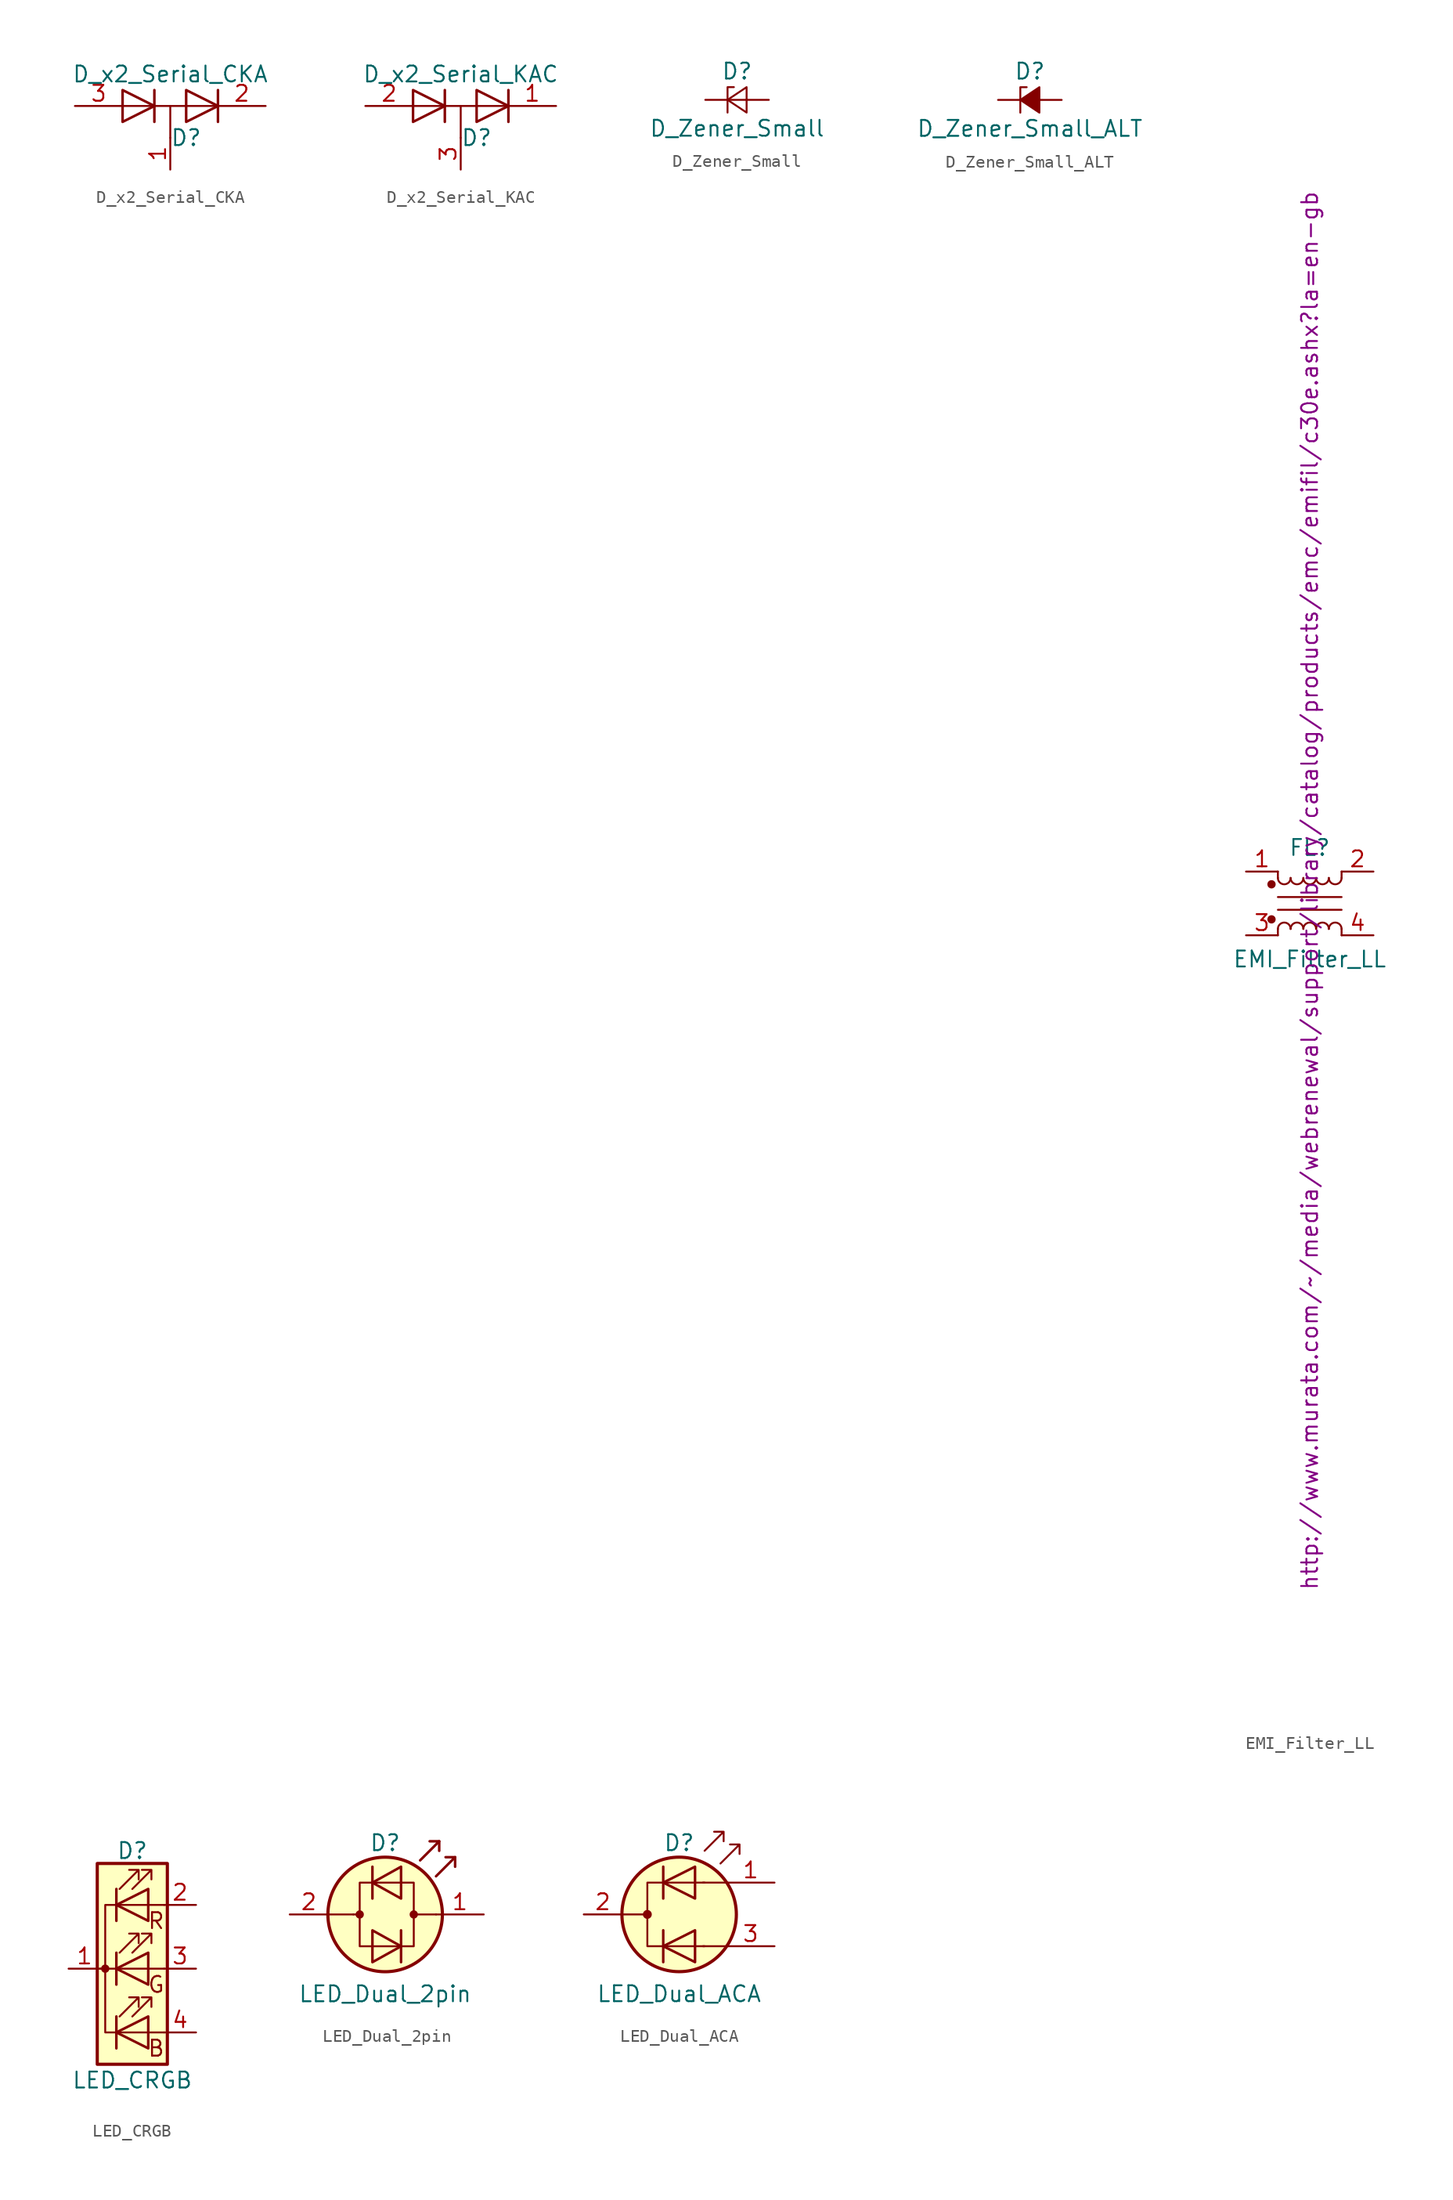
<source format=kicad_sym>
(kicad_symbol_lib
  (version 20211014)
  (generator kicad_symbol_editor)
  (symbol "D_x2_Serial_CKA"
    (pin_names
      (offset 0.762) hide)
    (property "Reference" "D"
      (at 1.27 -2.54 0)
      (effects (font (size 1.27 1.27))))
    (property "Value" "D_x2_Serial_CKA"
      (at 0 2.54 0)
      (effects (font (size 1.27 1.27))))
    (symbol "D_x2_Serial_CKA_0_1"
      (polyline (pts (xy -3.81 0) (xy 3.81 0)) (stroke (width 0) (type default) (color 0 0 0 0)) (fill (type none)))
      (polyline (pts (xy 0 0) (xy 0 -2.54)) (stroke (width 0) (type default) (color 0 0 0 0)) (fill (type none)))
      (polyline (pts (xy -1.27 -1.27) (xy -1.27 1.27) (xy -1.27 1.27)) (stroke (width 0.203) (type default) (color 0 0 0 0)) (fill (type none)))
      (polyline (pts (xy 3.81 1.27) (xy 3.81 -1.27) (xy 3.81 -1.27)) (stroke (width 0.203) (type default) (color 0 0 0 0)) (fill (type none)))
      (polyline (pts (xy -3.81 1.27) (xy -1.27 0) (xy -3.81 -1.27) (xy -3.81 1.27) (xy -3.81 1.27) (xy -3.81 1.27)) (stroke (width 0.203) (type default) (color 0 0 0 0)) (fill (type none)))
      (polyline (pts (xy 1.27 1.27) (xy 3.81 0) (xy 1.27 -1.27) (xy 1.27 1.27) (xy 1.27 1.27) (xy 1.27 1.27)) (stroke (width 0.203) (type default) (color 0 0 0 0)) (fill (type none)))
      (pin passive line (at 0 -5.08 90) (length 2.54) (name "common" (effects (font (size 1.27 1.27)))) (number "1" (effects (font (size 1.27 1.27)))))
      (pin passive line (at 7.62 0 180) (length 3.81) (name "K" (effects (font (size 1.27 1.27)))) (number "2" (effects (font (size 1.27 1.27)))))
      (pin passive line (at -7.62 0 0) (length 3.81) (name "A" (effects (font (size 1.27 1.27)))) (number "3" (effects (font (size 1.27 1.27)))))))
  (symbol "D_x2_Serial_KAC"
    (pin_names
      (offset 0.762) hide)
    (property "Reference" "D"
      (at 1.27 -2.54 0)
      (effects (font (size 1.27 1.27))))
    (property "Value" "D_x2_Serial_KAC"
      (at 0 2.54 0)
      (effects (font (size 1.27 1.27))))
    (symbol "D_x2_Serial_KAC_0_1"
      (polyline (pts (xy 0 0) (xy 0 -2.54)) (stroke (width 0) (type default) (color 0 0 0 0)) (fill (type none)))
      (polyline (pts (xy 3.81 0) (xy -3.81 0)) (stroke (width 0) (type default) (color 0 0 0 0)) (fill (type none)))
      (polyline (pts (xy -1.27 -1.27) (xy -1.27 1.27) (xy -1.27 1.27)) (stroke (width 0.203) (type default) (color 0 0 0 0)) (fill (type none)))
      (polyline (pts (xy 3.81 1.27) (xy 3.81 -1.27) (xy 3.81 -1.27)) (stroke (width 0.203) (type default) (color 0 0 0 0)) (fill (type none)))
      (polyline (pts (xy -3.81 1.27) (xy -1.27 0) (xy -3.81 -1.27) (xy -3.81 1.27) (xy -3.81 1.27) (xy -3.81 1.27)) (stroke (width 0.203) (type default) (color 0 0 0 0)) (fill (type none)))
      (polyline (pts (xy 1.27 1.27) (xy 3.81 0) (xy 1.27 -1.27) (xy 1.27 1.27) (xy 1.27 1.27) (xy 1.27 1.27)) (stroke (width 0.203) (type default) (color 0 0 0 0)) (fill (type none)))
      (pin passive line (at 7.62 0 180) (length 3.81) (name "K" (effects (font (size 1.27 1.27)))) (number "1" (effects (font (size 1.27 1.27)))))
      (pin passive line (at -7.62 0 0) (length 3.81) (name "A" (effects (font (size 1.27 1.27)))) (number "2" (effects (font (size 1.27 1.27)))))
      (pin passive line (at 0 -5.08 90) (length 2.54) (name "common" (effects (font (size 1.27 1.27)))) (number "3" (effects (font (size 1.27 1.27)))))))
  (symbol "D_Zener_Small"
    (pin_numbers hide)
    (pin_names
      (offset 0.254) hide)
    (property "Reference" "D"
      (at 0 2.286 0)
      (effects (font (size 1.27 1.27))))
    (property "Value" "D_Zener_Small"
      (at 0 -2.286 0)
      (effects (font (size 1.27 1.27))))
    (symbol "D_Zener_Small_0_1"
      (polyline (pts (xy 0.762 0) (xy -0.762 0)) (stroke (width 0) (type default) (color 0 0 0 0)) (fill (type none)))
      (polyline (pts (xy -0.254 1.016) (xy -0.762 1.016) (xy -0.762 -1.016)) (stroke (width 0) (type default) (color 0 0 0 0)) (fill (type none)))
      (polyline (pts (xy 0.762 1.016) (xy -0.762 0) (xy 0.762 -1.016) (xy 0.762 1.016)) (stroke (width 0) (type default) (color 0 0 0 0)) (fill (type none))))
    (symbol "D_Zener_Small_1_1"
      (pin passive line (at -2.54 0 0) (length 1.778) (name "K" (effects (font (size 1.27 1.27)))) (number "1" (effects (font (size 1.27 1.27)))))
      (pin passive line (at 2.54 0 180) (length 1.778) (name "A" (effects (font (size 1.27 1.27)))) (number "2" (effects (font (size 1.27 1.27)))))))
  (symbol "D_Zener_Small_ALT"
    (pin_numbers hide)
    (pin_names
      (offset 0.254) hide)
    (property "Reference" "D"
      (at 0 2.286 0)
      (effects (font (size 1.27 1.27))))
    (property "Value" "D_Zener_Small_ALT"
      (at 0 -2.286 0)
      (effects (font (size 1.27 1.27))))
    (symbol "D_Zener_Small_ALT_0_1"
      (polyline (pts (xy 0.762 0) (xy -0.762 0)) (stroke (width 0) (type default) (color 0 0 0 0)) (fill (type none)))
      (polyline (pts (xy -0.254 1.016) (xy -0.762 1.016) (xy -0.762 -1.016)) (stroke (width 0) (type default) (color 0 0 0 0)) (fill (type none)))
      (polyline (pts (xy 0.762 1.016) (xy -0.762 0) (xy 0.762 -1.016) (xy 0.762 1.016)) (stroke (width 0) (type default) (color 0 0 0 0)) (fill (type outline))))
    (symbol "D_Zener_Small_ALT_1_1"
      (pin passive line (at -2.54 0 0) (length 1.778) (name "K" (effects (font (size 1.27 1.27)))) (number "1" (effects (font (size 1.27 1.27)))))
      (pin passive line (at 2.54 0 180) (length 1.778) (name "A" (effects (font (size 1.27 1.27)))) (number "2" (effects (font (size 1.27 1.27)))))))
  (symbol "EMI_Filter_LL"
    (pin_names
      (offset 0.254) hide)
    (property "Reference" "FL"
      (at 0 4.445 0)
      (effects (font (size 1.27 1.27))))
    (property "Value" "EMI_Filter_LL"
      (at 0 -4.445 0)
      (effects (font (size 1.27 1.27))))
    (property "Footprint" ""
      (at 0 1.016 90)
      (effects (font (size 1.27 1.27))))
    (property "Datasheet" "http://www.murata.com/~/media/webrenewal/support/library/catalog/products/emc/emifil/c30e.ashx?la=en-gb"
      (at 0 1.016 90)
      (effects (font (size 1.27 1.27))))
    (symbol "EMI_Filter_LL_0_1"
      (circle (center -3.048 -1.27) (radius 0.254) (stroke (width 0) (type default) (color 0 0 0 0)) (fill (type outline)))
      (circle (center -3.048 1.524) (radius 0.254) (stroke (width 0) (type default) (color 0 0 0 0)) (fill (type outline)))
      (arc (start -2.54 2.032) (mid -2.032 1.524) (end -1.524 2.032) (stroke (width 0) (type default) (color 0 0 0 0)) (fill (type none)))
      (arc (start -1.524 -2.032) (mid -2.032 -1.524) (end -2.54 -2.032) (stroke (width 0) (type default) (color 0 0 0 0)) (fill (type none)))
      (arc (start -1.524 2.032) (mid -1.016 1.524) (end -0.508 2.032) (stroke (width 0) (type default) (color 0 0 0 0)) (fill (type none)))
      (arc (start -0.508 -2.032) (mid -1.016 -1.524) (end -1.524 -2.032) (stroke (width 0) (type default) (color 0 0 0 0)) (fill (type none)))
      (arc (start -0.508 2.032) (mid 0 1.524) (end 0.508 2.032) (stroke (width 0) (type default) (color 0 0 0 0)) (fill (type none)))
      (polyline (pts (xy -2.54 -2.032) (xy -2.54 -2.54)) (stroke (width 0) (type default) (color 0 0 0 0)) (fill (type none)))
      (polyline (pts (xy -2.54 0.508) (xy 2.54 0.508)) (stroke (width 0) (type default) (color 0 0 0 0)) (fill (type none)))
      (polyline (pts (xy -2.54 2.032) (xy -2.54 2.54)) (stroke (width 0) (type default) (color 0 0 0 0)) (fill (type none)))
      (polyline (pts (xy 2.54 -2.032) (xy 2.54 -2.54)) (stroke (width 0) (type default) (color 0 0 0 0)) (fill (type none)))
      (polyline (pts (xy 2.54 -0.508) (xy -2.54 -0.508)) (stroke (width 0) (type default) (color 0 0 0 0)) (fill (type none)))
      (polyline (pts (xy 2.54 2.54) (xy 2.54 2.032)) (stroke (width 0) (type default) (color 0 0 0 0)) (fill (type none)))
      (arc (start 0.508 -2.032) (mid 0 -1.524) (end -0.508 -2.032) (stroke (width 0) (type default) (color 0 0 0 0)) (fill (type none)))
      (arc (start 0.508 2.032) (mid 1.016 1.524) (end 1.524 2.032) (stroke (width 0) (type default) (color 0 0 0 0)) (fill (type none)))
      (arc (start 1.524 -2.032) (mid 1.016 -1.524) (end 0.508 -2.032) (stroke (width 0) (type default) (color 0 0 0 0)) (fill (type none)))
      (arc (start 1.524 2.032) (mid 2.032 1.524) (end 2.54 2.032) (stroke (width 0) (type default) (color 0 0 0 0)) (fill (type none)))
      (arc (start 2.54 -2.032) (mid 2.032 -1.524) (end 1.524 -2.032) (stroke (width 0) (type default) (color 0 0 0 0)) (fill (type none))))
    (symbol "EMI_Filter_LL_1_1"
      (pin passive line (at -5.08 2.54 0) (length 2.54) (name "1" (effects (font (size 1.27 1.27)))) (number "1" (effects (font (size 1.27 1.27)))))
      (pin passive line (at 5.08 2.54 180) (length 2.54) (name "2" (effects (font (size 1.27 1.27)))) (number "2" (effects (font (size 1.27 1.27)))))
      (pin passive line (at -5.08 -2.54 0) (length 2.54) (name "3" (effects (font (size 1.27 1.27)))) (number "3" (effects (font (size 1.27 1.27)))))
      (pin passive line (at 5.08 -2.54 180) (length 2.54) (name "4" (effects (font (size 1.27 1.27)))) (number "4" (effects (font (size 1.27 1.27)))))))
  (symbol "LED_CRGB"
    (pin_names
      (offset 0) hide)
    (property "Reference" "D"
      (at 0 9.398 0)
      (effects (font (size 1.27 1.27))))
    (property "Value" "LED_CRGB"
      (at 0 -8.89 0)
      (effects (font (size 1.27 1.27))))
    (symbol "LED_CRGB_0_0"
      (text "B" (at 1.905 -6.35 0) (effects (font (size 1.27 1.27))))
      (text "G" (at 1.905 -1.27 0) (effects (font (size 1.27 1.27))))
      (text "R" (at 1.905 3.81 0) (effects (font (size 1.27 1.27)))))
    (symbol "LED_CRGB_0_1"
      (circle (center -2.159 0) (radius 0.254) (stroke (width 0) (type default) (color 0 0 0 0)) (fill (type outline)))
      (polyline (pts (xy -1.27 -3.81) (xy -1.27 -6.35)) (stroke (width 0.203) (type default) (color 0 0 0 0)) (fill (type none)))
      (polyline (pts (xy -1.27 1.27) (xy -1.27 -1.27)) (stroke (width 0.203) (type default) (color 0 0 0 0)) (fill (type none)))
      (polyline (pts (xy -1.27 6.35) (xy -1.27 3.81)) (stroke (width 0.203) (type default) (color 0 0 0 0)) (fill (type none)))
      (polyline (pts (xy 1.27 -5.08) (xy 2.54 -5.08)) (stroke (width 0) (type default) (color 0 0 0 0)) (fill (type none)))
      (polyline (pts (xy 1.27 0) (xy -2.54 0)) (stroke (width 0) (type default) (color 0 0 0 0)) (fill (type none)))
      (polyline (pts (xy 1.27 0) (xy 2.54 0)) (stroke (width 0) (type default) (color 0 0 0 0)) (fill (type none)))
      (polyline (pts (xy 1.27 5.08) (xy 2.54 5.08)) (stroke (width 0) (type default) (color 0 0 0 0)) (fill (type none)))
      (polyline (pts (xy 1.27 -3.81) (xy 1.27 -6.35) (xy -1.27 -5.08) (xy 1.27 -3.81)) (stroke (width 0.203) (type default) (color 0 0 0 0)) (fill (type none)))
      (polyline (pts (xy 1.27 1.27) (xy 1.27 -1.27) (xy -1.27 0) (xy 1.27 1.27)) (stroke (width 0.203) (type default) (color 0 0 0 0)) (fill (type none)))
      (polyline (pts (xy 1.27 5.08) (xy -2.159 5.08) (xy -2.159 -5.08) (xy 1.27 -5.08)) (stroke (width 0) (type default) (color 0 0 0 0)) (fill (type none)))
      (polyline (pts (xy 1.27 6.35) (xy 1.27 3.81) (xy -1.27 5.08) (xy 1.27 6.35)) (stroke (width 0.203) (type default) (color 0 0 0 0)) (fill (type none)))
      (polyline (pts (xy -1.016 -3.81) (xy 0.508 -2.286) (xy -0.254 -2.286) (xy 0.508 -2.286) (xy 0.508 -3.048)) (stroke (width 0) (type default) (color 0 0 0 0)) (fill (type none)))
      (polyline (pts (xy -1.016 1.27) (xy 0.508 2.794) (xy -0.254 2.794) (xy 0.508 2.794) (xy 0.508 2.032)) (stroke (width 0) (type default) (color 0 0 0 0)) (fill (type none)))
      (polyline (pts (xy -1.016 6.35) (xy 0.508 7.874) (xy -0.254 7.874) (xy 0.508 7.874) (xy 0.508 7.112)) (stroke (width 0) (type default) (color 0 0 0 0)) (fill (type none)))
      (polyline (pts (xy 0 -3.81) (xy 1.524 -2.286) (xy 0.762 -2.286) (xy 1.524 -2.286) (xy 1.524 -3.048)) (stroke (width 0) (type default) (color 0 0 0 0)) (fill (type none)))
      (polyline (pts (xy 0 1.27) (xy 1.524 2.794) (xy 0.762 2.794) (xy 1.524 2.794) (xy 1.524 2.032)) (stroke (width 0) (type default) (color 0 0 0 0)) (fill (type none)))
      (polyline (pts (xy 0 6.35) (xy 1.524 7.874) (xy 0.762 7.874) (xy 1.524 7.874) (xy 1.524 7.112)) (stroke (width 0) (type default) (color 0 0 0 0)) (fill (type none)))
      (rectangle (start 2.794 8.382) (end -2.794 -7.62) (stroke (width 0.254) (type default) (color 0 0 0 0)) (fill (type background))))
    (symbol "LED_CRGB_1_1"
      (pin passive line (at -5.08 0 0) (length 2.54) (name "K" (effects (font (size 1.27 1.27)))) (number "1" (effects (font (size 1.27 1.27)))))
      (pin passive line (at 5.08 5.08 180) (length 2.54) (name "RA" (effects (font (size 1.27 1.27)))) (number "2" (effects (font (size 1.27 1.27)))))
      (pin passive line (at 5.08 0 180) (length 2.54) (name "GA" (effects (font (size 1.27 1.27)))) (number "3" (effects (font (size 1.27 1.27)))))
      (pin passive line (at 5.08 -5.08 180) (length 2.54) (name "BA" (effects (font (size 1.27 1.27)))) (number "4" (effects (font (size 1.27 1.27)))))))
  (symbol "LED_Dual_2pin"
    (pin_names
      (offset 0) hide)
    (property "Reference" "D"
      (at 0 5.715 0)
      (effects (font (size 1.27 1.27))))
    (property "Value" "LED_Dual_2pin"
      (at 0 -6.35 0)
      (effects (font (size 1.27 1.27))))
    (symbol "LED_Dual_2pin_0_1"
      (circle (center -2.032 0) (radius 0.254) (stroke (width 0) (type default) (color 0 0 0 0)) (fill (type outline)))
      (polyline (pts (xy -4.572 0) (xy -2.54 0)) (stroke (width 0) (type default) (color 0 0 0 0)) (fill (type none)))
      (polyline (pts (xy -2.032 0) (xy -2.54 0)) (stroke (width 0) (type default) (color 0 0 0 0)) (fill (type none)))
      (polyline (pts (xy -1.016 3.81) (xy -1.016 1.27)) (stroke (width 0.203) (type default) (color 0 0 0 0)) (fill (type none)))
      (polyline (pts (xy 1.27 -1.27) (xy 1.27 -3.81)) (stroke (width 0.203) (type default) (color 0 0 0 0)) (fill (type none)))
      (polyline (pts (xy 4.064 0) (xy 2.286 0)) (stroke (width 0) (type default) (color 0 0 0 0)) (fill (type outline)))
      (polyline (pts (xy 4.318 5.842) (xy 4.318 5.08)) (stroke (width 0.203) (type default) (color 0 0 0 0)) (fill (type none)))
      (polyline (pts (xy 5.588 4.572) (xy 5.588 3.81)) (stroke (width 0.203) (type default) (color 0 0 0 0)) (fill (type none)))
      (polyline (pts (xy 2.794 4.318) (xy 4.318 5.842) (xy 3.556 5.842)) (stroke (width 0.203) (type default) (color 0 0 0 0)) (fill (type none)))
      (polyline (pts (xy 4.064 3.048) (xy 5.588 4.572) (xy 4.826 4.572)) (stroke (width 0.203) (type default) (color 0 0 0 0)) (fill (type none)))
      (polyline (pts (xy -1.016 -1.27) (xy -1.016 -3.81) (xy 1.27 -2.54) (xy -1.016 -1.27)) (stroke (width 0.203) (type default) (color 0 0 0 0)) (fill (type none)))
      (polyline (pts (xy 1.27 3.81) (xy 1.27 1.27) (xy -1.016 2.54) (xy 1.27 3.81)) (stroke (width 0.203) (type default) (color 0 0 0 0)) (fill (type none)))
      (polyline (pts (xy 2.286 2.54) (xy -2.032 2.54) (xy -2.032 -2.54) (xy 2.286 -2.54) (xy 2.286 2.54)) (stroke (width 0) (type default) (color 0 0 0 0)) (fill (type none)))
      (circle (center 0 0) (radius 4.572) (stroke (width 0.254) (type default) (color 0 0 0 0)) (fill (type background)))
      (circle (center 2.286 0) (radius 0.254) (stroke (width 0) (type default) (color 0 0 0 0)) (fill (type outline))))
    (symbol "LED_Dual_2pin_1_1"
      (pin input line (at 7.874 0 180) (length 3.81) (name "KA" (effects (font (size 1.27 1.27)))) (number "1" (effects (font (size 1.27 1.27)))))
      (pin input line (at -7.62 0 0) (length 3.048) (name "AK" (effects (font (size 1.27 1.27)))) (number "2" (effects (font (size 1.27 1.27)))))))
  (symbol "LED_Dual_ACA"
    (pin_names
      (offset 0) hide)
    (property "Reference" "D"
      (at 0 5.715 0)
      (effects (font (size 1.27 1.27))))
    (property "Value" "LED_Dual_ACA"
      (at 0 -6.35 0)
      (effects (font (size 1.27 1.27))))
    (symbol "LED_Dual_ACA_0_1"
      (circle (center -2.54 0) (radius 0.279) (stroke (width 0) (type default) (color 0 0 0 0)) (fill (type outline)))
      (polyline (pts (xy -4.572 0) (xy -2.54 0)) (stroke (width 0) (type default) (color 0 0 0 0)) (fill (type none)))
      (polyline (pts (xy -1.27 -1.27) (xy -1.27 -3.81)) (stroke (width 0.203) (type default) (color 0 0 0 0)) (fill (type none)))
      (polyline (pts (xy -1.27 1.27) (xy -1.27 3.81)) (stroke (width 0.203) (type default) (color 0 0 0 0)) (fill (type none)))
      (polyline (pts (xy 3.81 -2.54) (xy 1.905 -2.54)) (stroke (width 0) (type default) (color 0 0 0 0)) (fill (type none)))
      (polyline (pts (xy 3.81 2.54) (xy 1.905 2.54)) (stroke (width 0) (type default) (color 0 0 0 0)) (fill (type none)))
      (polyline (pts (xy 1.27 -3.81) (xy 1.27 -1.27) (xy -1.27 -2.54) (xy 1.27 -3.81)) (stroke (width 0.203) (type default) (color 0 0 0 0)) (fill (type none)))
      (polyline (pts (xy 1.27 1.27) (xy 1.27 3.81) (xy -1.27 2.54) (xy 1.27 1.27)) (stroke (width 0.203) (type default) (color 0 0 0 0)) (fill (type none)))
      (polyline (pts (xy 2.032 2.54) (xy -2.54 2.54) (xy -2.54 -2.54) (xy 2.032 -2.54)) (stroke (width 0) (type default) (color 0 0 0 0)) (fill (type none)))
      (polyline (pts (xy 2.032 5.08) (xy 3.556 6.604) (xy 2.794 6.604) (xy 3.556 6.604) (xy 3.556 5.842)) (stroke (width 0) (type default) (color 0 0 0 0)) (fill (type none)))
      (polyline (pts (xy 3.302 4.064) (xy 4.826 5.588) (xy 4.064 5.588) (xy 4.826 5.588) (xy 4.826 4.826)) (stroke (width 0) (type default) (color 0 0 0 0)) (fill (type none)))
      (circle (center 0 0) (radius 4.572) (stroke (width 0.254) (type default) (color 0 0 0 0)) (fill (type background))))
    (symbol "LED_Dual_ACA_1_1"
      (pin input line (at 7.62 2.54 180) (length 3.81) (name "A1" (effects (font (size 1.27 1.27)))) (number "1" (effects (font (size 1.27 1.27)))))
      (pin input line (at -7.62 0 0) (length 3.048) (name "K" (effects (font (size 1.27 1.27)))) (number "2" (effects (font (size 1.27 1.27)))))
      (pin input line (at 7.62 -2.54 180) (length 3.81) (name "A2" (effects (font (size 1.27 1.27)))) (number "3" (effects (font (size 1.27 1.27))))))))
</source>
